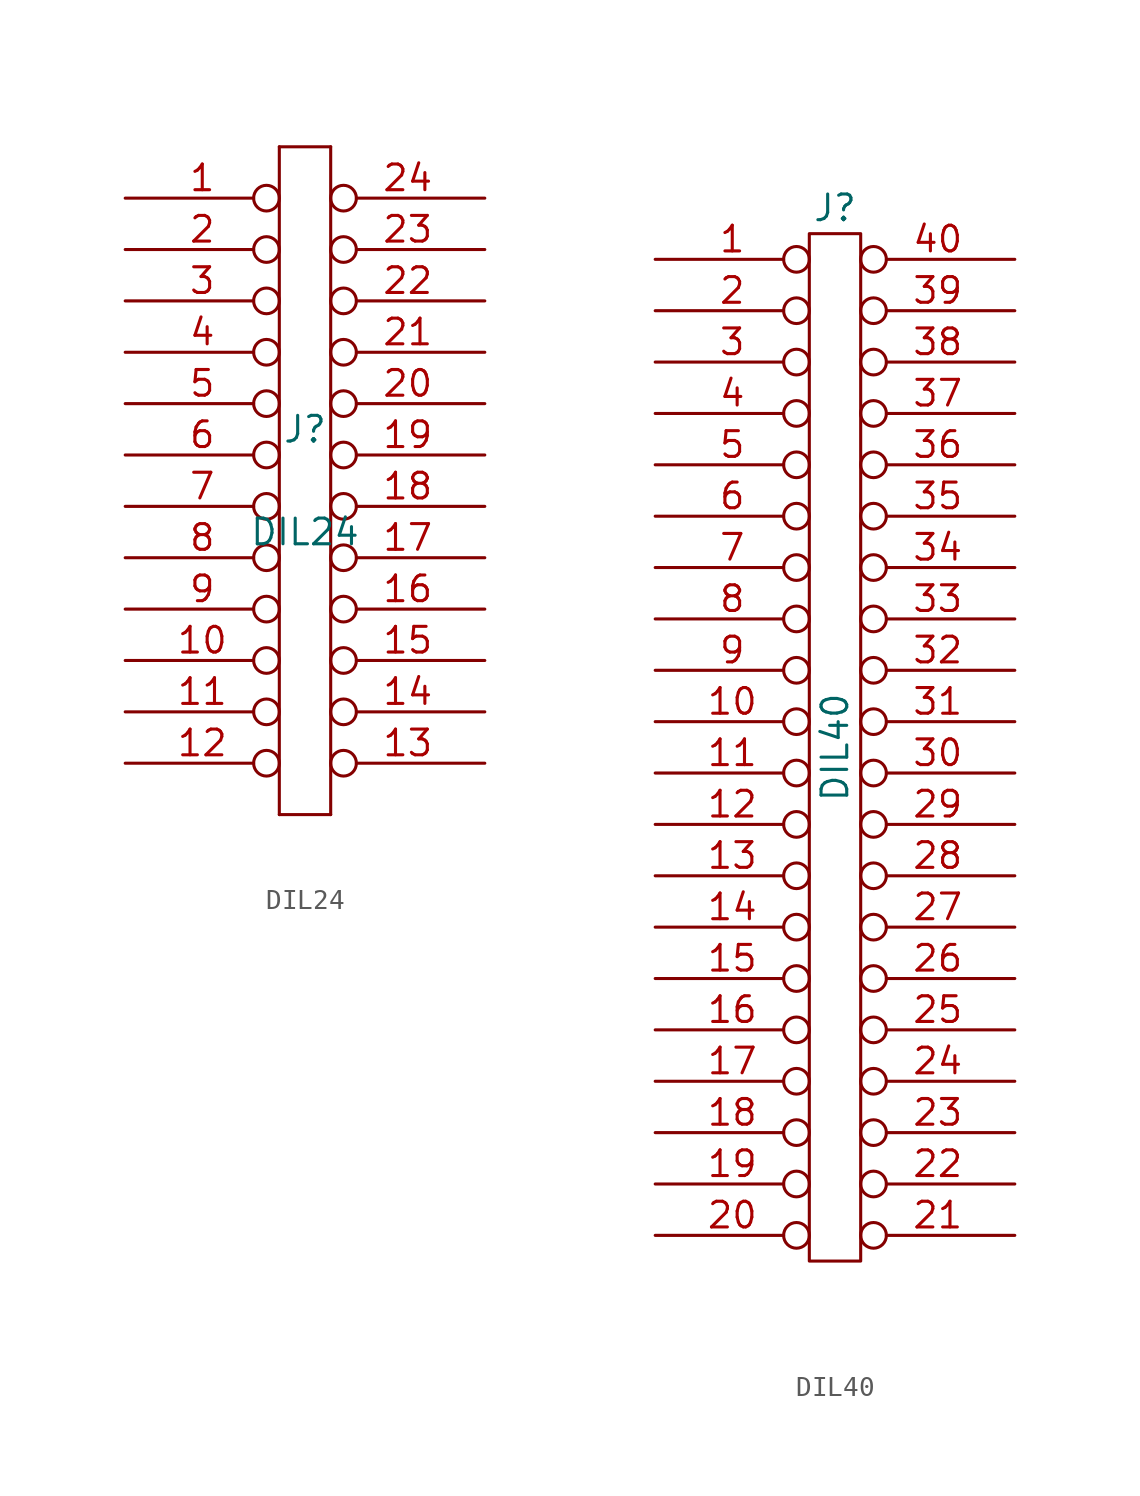
<source format=kicad_sym>
(kicad_symbol_lib
  (version 20211014)
  (generator kicad_symbol_editor)
  (symbol "DIL24"
    (pin_names
      (offset 1.016) hide)
    (property "Reference" "J"
      (at 0 2.54 0)
      (effects (font (size 1.27 1.27))))
    (property "Value" "DIL24"
      (at 0 -2.54 0)
      (effects (font (size 1.27 1.27))))
    (symbol "DIL24_0_1"
      (polyline (pts (xy -1.27 -16.51) (xy 1.27 -16.51)) (stroke (width 0) (type default) (color 0 0 0 0)) (fill (type none)))
      (polyline (pts (xy -1.27 16.51) (xy -1.27 -16.51)) (stroke (width 0) (type default) (color 0 0 0 0)) (fill (type none)))
      (polyline (pts (xy 1.27 -16.51) (xy 1.27 16.51)) (stroke (width 0) (type default) (color 0 0 0 0)) (fill (type none)))
      (polyline (pts (xy 1.27 16.51) (xy -1.27 16.51)) (stroke (width 0) (type default) (color 0 0 0 0)) (fill (type none))))
    (symbol "DIL24_1_1"
      (pin passive inverted (at -8.89 13.97 0) (length 7.62) (name "P1" (effects (font (size 1.27 1.27)))) (number "1" (effects (font (size 1.27 1.27)))))
      (pin passive inverted (at -8.89 -8.89 0) (length 7.62) (name "P10" (effects (font (size 1.27 1.27)))) (number "10" (effects (font (size 1.27 1.27)))))
      (pin passive inverted (at -8.89 -11.43 0) (length 7.62) (name "P11" (effects (font (size 1.27 1.27)))) (number "11" (effects (font (size 1.27 1.27)))))
      (pin passive inverted (at -8.89 -13.97 0) (length 7.62) (name "P12" (effects (font (size 1.27 1.27)))) (number "12" (effects (font (size 1.27 1.27)))))
      (pin passive inverted (at 8.89 -13.97 180) (length 7.62) (name "P13" (effects (font (size 1.27 1.27)))) (number "13" (effects (font (size 1.27 1.27)))))
      (pin passive inverted (at 8.89 -11.43 180) (length 7.62) (name "P14" (effects (font (size 1.27 1.27)))) (number "14" (effects (font (size 1.27 1.27)))))
      (pin passive inverted (at 8.89 -8.89 180) (length 7.62) (name "P15" (effects (font (size 1.27 1.27)))) (number "15" (effects (font (size 1.27 1.27)))))
      (pin passive inverted (at 8.89 -6.35 180) (length 7.62) (name "P16" (effects (font (size 1.27 1.27)))) (number "16" (effects (font (size 1.27 1.27)))))
      (pin passive inverted (at 8.89 -3.81 180) (length 7.62) (name "P17" (effects (font (size 1.27 1.27)))) (number "17" (effects (font (size 1.27 1.27)))))
      (pin passive inverted (at 8.89 -1.27 180) (length 7.62) (name "P18" (effects (font (size 1.27 1.27)))) (number "18" (effects (font (size 1.27 1.27)))))
      (pin passive inverted (at 8.89 1.27 180) (length 7.62) (name "P19" (effects (font (size 1.27 1.27)))) (number "19" (effects (font (size 1.27 1.27)))))
      (pin passive inverted (at -8.89 11.43 0) (length 7.62) (name "P2" (effects (font (size 1.27 1.27)))) (number "2" (effects (font (size 1.27 1.27)))))
      (pin passive inverted (at 8.89 3.81 180) (length 7.62) (name "P20" (effects (font (size 1.27 1.27)))) (number "20" (effects (font (size 1.27 1.27)))))
      (pin passive inverted (at 8.89 6.35 180) (length 7.62) (name "P21" (effects (font (size 1.27 1.27)))) (number "21" (effects (font (size 1.27 1.27)))))
      (pin passive inverted (at 8.89 8.89 180) (length 7.62) (name "P22" (effects (font (size 1.27 1.27)))) (number "22" (effects (font (size 1.27 1.27)))))
      (pin passive inverted (at 8.89 11.43 180) (length 7.62) (name "P23" (effects (font (size 1.27 1.27)))) (number "23" (effects (font (size 1.27 1.27)))))
      (pin passive inverted (at 8.89 13.97 180) (length 7.62) (name "P24" (effects (font (size 1.27 1.27)))) (number "24" (effects (font (size 1.27 1.27)))))
      (pin passive inverted (at -8.89 8.89 0) (length 7.62) (name "P3" (effects (font (size 1.27 1.27)))) (number "3" (effects (font (size 1.27 1.27)))))
      (pin passive inverted (at -8.89 6.35 0) (length 7.62) (name "P4" (effects (font (size 1.27 1.27)))) (number "4" (effects (font (size 1.27 1.27)))))
      (pin passive inverted (at -8.89 3.81 0) (length 7.62) (name "P5" (effects (font (size 1.27 1.27)))) (number "5" (effects (font (size 1.27 1.27)))))
      (pin passive inverted (at -8.89 1.27 0) (length 7.62) (name "P6" (effects (font (size 1.27 1.27)))) (number "6" (effects (font (size 1.27 1.27)))))
      (pin passive inverted (at -8.89 -1.27 0) (length 7.62) (name "P7" (effects (font (size 1.27 1.27)))) (number "7" (effects (font (size 1.27 1.27)))))
      (pin passive inverted (at -8.89 -3.81 0) (length 7.62) (name "P8" (effects (font (size 1.27 1.27)))) (number "8" (effects (font (size 1.27 1.27)))))
      (pin passive inverted (at -8.89 -6.35 0) (length 7.62) (name "P9" (effects (font (size 1.27 1.27)))) (number "9" (effects (font (size 1.27 1.27)))))))
  (symbol "DIL40"
    (pin_names
      (offset 1.016) hide)
    (property "Reference" "J"
      (at 0 26.67 0)
      (effects (font (size 1.27 1.27))))
    (property "Value" "DIL40"
      (at 0 0 90)
      (effects (font (size 1.27 1.27))))
    (symbol "DIL40_0_1"
      (rectangle (start -1.27 25.4) (end 1.27 -25.4) (stroke (width 0) (type default) (color 0 0 0 0)) (fill (type none))))
    (symbol "DIL40_1_1"
      (pin passive inverted (at -8.89 24.13 0) (length 7.62) (name "1" (effects (font (size 1.27 1.27)))) (number "1" (effects (font (size 1.27 1.27)))))
      (pin passive inverted (at -8.89 1.27 0) (length 7.62) (name "10" (effects (font (size 1.27 1.27)))) (number "10" (effects (font (size 1.27 1.27)))))
      (pin passive inverted (at -8.89 -1.27 0) (length 7.62) (name "11" (effects (font (size 1.27 1.27)))) (number "11" (effects (font (size 1.27 1.27)))))
      (pin passive inverted (at -8.89 -3.81 0) (length 7.62) (name "12" (effects (font (size 1.27 1.27)))) (number "12" (effects (font (size 1.27 1.27)))))
      (pin passive inverted (at -8.89 -6.35 0) (length 7.62) (name "13" (effects (font (size 1.27 1.27)))) (number "13" (effects (font (size 1.27 1.27)))))
      (pin passive inverted (at -8.89 -8.89 0) (length 7.62) (name "14" (effects (font (size 1.27 1.27)))) (number "14" (effects (font (size 1.27 1.27)))))
      (pin passive inverted (at -8.89 -11.43 0) (length 7.62) (name "15" (effects (font (size 1.27 1.27)))) (number "15" (effects (font (size 1.27 1.27)))))
      (pin passive inverted (at -8.89 -13.97 0) (length 7.62) (name "16" (effects (font (size 1.27 1.27)))) (number "16" (effects (font (size 1.27 1.27)))))
      (pin passive inverted (at -8.89 -16.51 0) (length 7.62) (name "17" (effects (font (size 1.27 1.27)))) (number "17" (effects (font (size 1.27 1.27)))))
      (pin passive inverted (at -8.89 -19.05 0) (length 7.62) (name "18" (effects (font (size 1.27 1.27)))) (number "18" (effects (font (size 1.27 1.27)))))
      (pin passive inverted (at -8.89 -21.59 0) (length 7.62) (name "19" (effects (font (size 1.27 1.27)))) (number "19" (effects (font (size 1.27 1.27)))))
      (pin passive inverted (at -8.89 21.59 0) (length 7.62) (name "2" (effects (font (size 1.27 1.27)))) (number "2" (effects (font (size 1.27 1.27)))))
      (pin passive inverted (at -8.89 -24.13 0) (length 7.62) (name "20" (effects (font (size 1.27 1.27)))) (number "20" (effects (font (size 1.27 1.27)))))
      (pin passive inverted (at 8.89 -24.13 180) (length 7.62) (name "21" (effects (font (size 1.27 1.27)))) (number "21" (effects (font (size 1.27 1.27)))))
      (pin passive inverted (at 8.89 -21.59 180) (length 7.62) (name "22" (effects (font (size 1.27 1.27)))) (number "22" (effects (font (size 1.27 1.27)))))
      (pin passive inverted (at 8.89 -19.05 180) (length 7.62) (name "23" (effects (font (size 1.27 1.27)))) (number "23" (effects (font (size 1.27 1.27)))))
      (pin passive inverted (at 8.89 -16.51 180) (length 7.62) (name "24" (effects (font (size 1.27 1.27)))) (number "24" (effects (font (size 1.27 1.27)))))
      (pin passive inverted (at 8.89 -13.97 180) (length 7.62) (name "25" (effects (font (size 1.27 1.27)))) (number "25" (effects (font (size 1.27 1.27)))))
      (pin passive inverted (at 8.89 -11.43 180) (length 7.62) (name "26" (effects (font (size 1.27 1.27)))) (number "26" (effects (font (size 1.27 1.27)))))
      (pin passive inverted (at 8.89 -8.89 180) (length 7.62) (name "27" (effects (font (size 1.27 1.27)))) (number "27" (effects (font (size 1.27 1.27)))))
      (pin passive inverted (at 8.89 -6.35 180) (length 7.62) (name "28" (effects (font (size 1.27 1.27)))) (number "28" (effects (font (size 1.27 1.27)))))
      (pin passive inverted (at 8.89 -3.81 180) (length 7.62) (name "29" (effects (font (size 1.27 1.27)))) (number "29" (effects (font (size 1.27 1.27)))))
      (pin passive inverted (at -8.89 19.05 0) (length 7.62) (name "3" (effects (font (size 1.27 1.27)))) (number "3" (effects (font (size 1.27 1.27)))))
      (pin passive inverted (at 8.89 -1.27 180) (length 7.62) (name "30" (effects (font (size 1.27 1.27)))) (number "30" (effects (font (size 1.27 1.27)))))
      (pin passive inverted (at 8.89 1.27 180) (length 7.62) (name "31" (effects (font (size 1.27 1.27)))) (number "31" (effects (font (size 1.27 1.27)))))
      (pin passive inverted (at 8.89 3.81 180) (length 7.62) (name "32" (effects (font (size 1.27 1.27)))) (number "32" (effects (font (size 1.27 1.27)))))
      (pin passive inverted (at 8.89 6.35 180) (length 7.62) (name "33" (effects (font (size 1.27 1.27)))) (number "33" (effects (font (size 1.27 1.27)))))
      (pin passive inverted (at 8.89 8.89 180) (length 7.62) (name "34" (effects (font (size 1.27 1.27)))) (number "34" (effects (font (size 1.27 1.27)))))
      (pin passive inverted (at 8.89 11.43 180) (length 7.62) (name "35" (effects (font (size 1.27 1.27)))) (number "35" (effects (font (size 1.27 1.27)))))
      (pin passive inverted (at 8.89 13.97 180) (length 7.62) (name "36" (effects (font (size 1.27 1.27)))) (number "36" (effects (font (size 1.27 1.27)))))
      (pin passive inverted (at 8.89 16.51 180) (length 7.62) (name "37" (effects (font (size 1.27 1.27)))) (number "37" (effects (font (size 1.27 1.27)))))
      (pin passive inverted (at 8.89 19.05 180) (length 7.62) (name "38" (effects (font (size 1.27 1.27)))) (number "38" (effects (font (size 1.27 1.27)))))
      (pin passive inverted (at 8.89 21.59 180) (length 7.62) (name "39" (effects (font (size 1.27 1.27)))) (number "39" (effects (font (size 1.27 1.27)))))
      (pin passive inverted (at -8.89 16.51 0) (length 7.62) (name "4" (effects (font (size 1.27 1.27)))) (number "4" (effects (font (size 1.27 1.27)))))
      (pin passive inverted (at 8.89 24.13 180) (length 7.62) (name "40" (effects (font (size 1.27 1.27)))) (number "40" (effects (font (size 1.27 1.27)))))
      (pin passive inverted (at -8.89 13.97 0) (length 7.62) (name "5" (effects (font (size 1.27 1.27)))) (number "5" (effects (font (size 1.27 1.27)))))
      (pin passive inverted (at -8.89 11.43 0) (length 7.62) (name "6" (effects (font (size 1.27 1.27)))) (number "6" (effects (font (size 1.27 1.27)))))
      (pin passive inverted (at -8.89 8.89 0) (length 7.62) (name "7" (effects (font (size 1.27 1.27)))) (number "7" (effects (font (size 1.27 1.27)))))
      (pin passive inverted (at -8.89 6.35 0) (length 7.62) (name "8" (effects (font (size 1.27 1.27)))) (number "8" (effects (font (size 1.27 1.27)))))
      (pin passive inverted (at -8.89 3.81 0) (length 7.62) (name "9" (effects (font (size 1.27 1.27)))) (number "9" (effects (font (size 1.27 1.27))))))))
</source>
